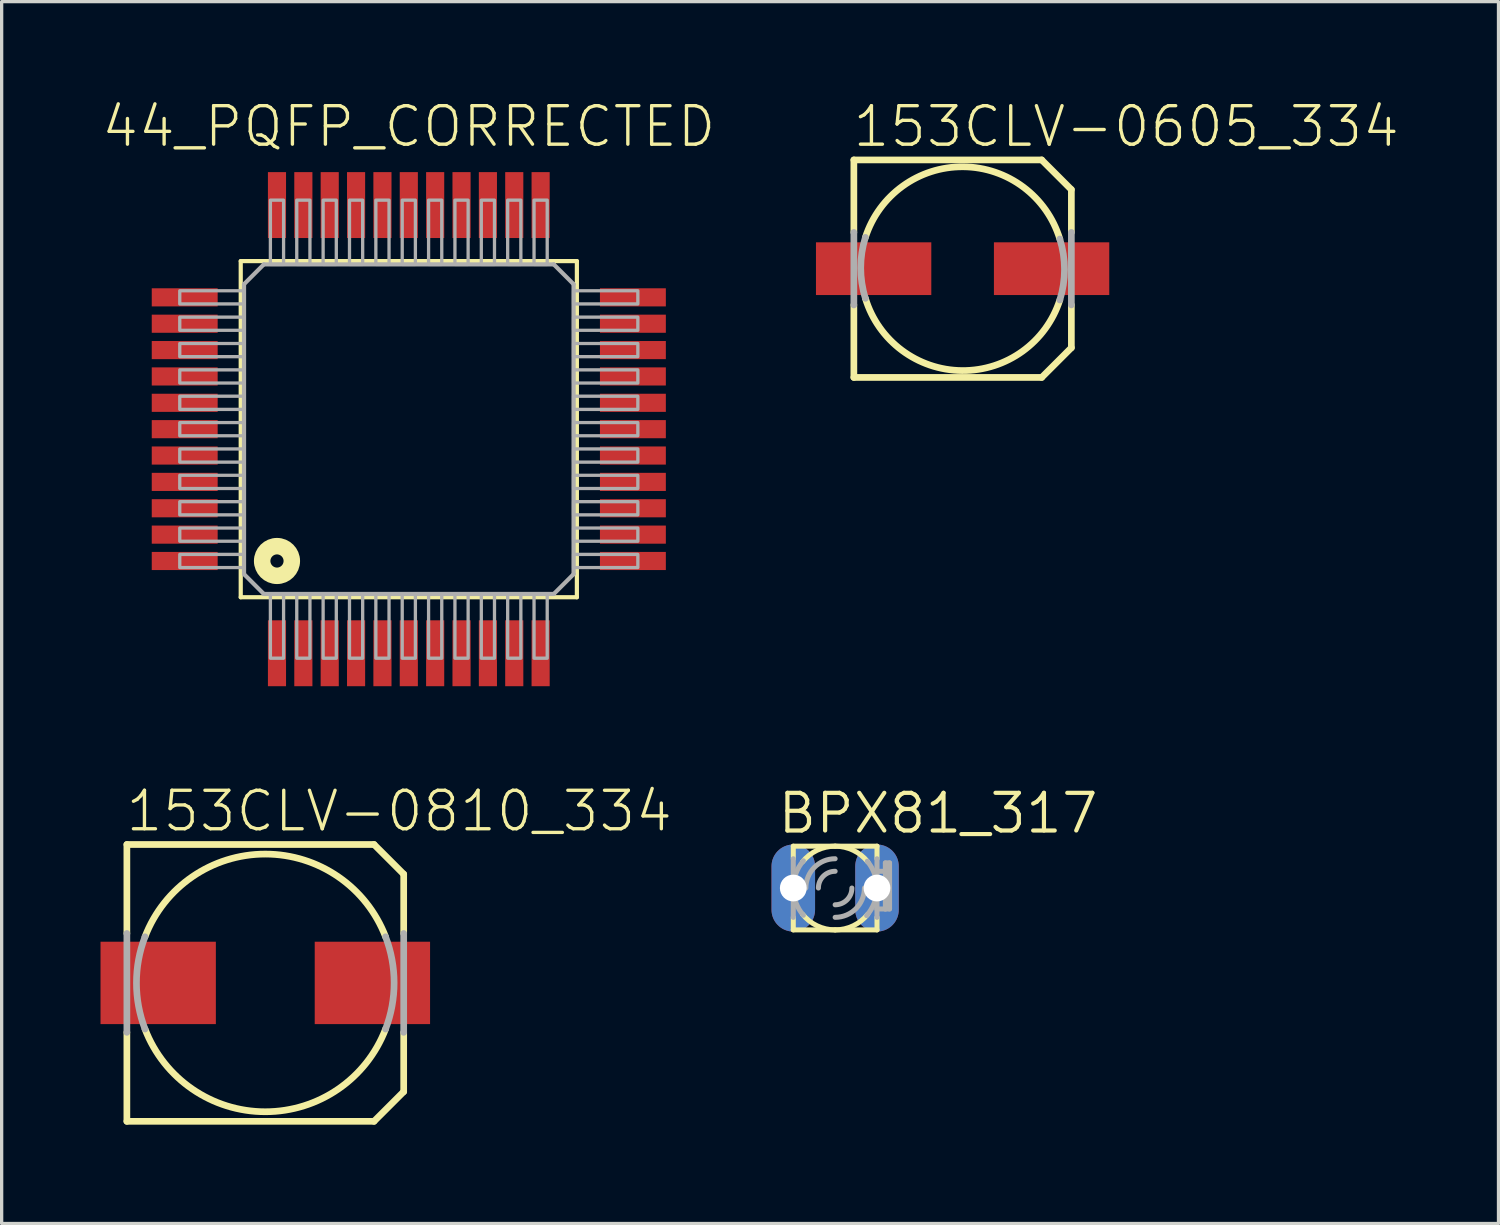
<source format=kicad_pcb>
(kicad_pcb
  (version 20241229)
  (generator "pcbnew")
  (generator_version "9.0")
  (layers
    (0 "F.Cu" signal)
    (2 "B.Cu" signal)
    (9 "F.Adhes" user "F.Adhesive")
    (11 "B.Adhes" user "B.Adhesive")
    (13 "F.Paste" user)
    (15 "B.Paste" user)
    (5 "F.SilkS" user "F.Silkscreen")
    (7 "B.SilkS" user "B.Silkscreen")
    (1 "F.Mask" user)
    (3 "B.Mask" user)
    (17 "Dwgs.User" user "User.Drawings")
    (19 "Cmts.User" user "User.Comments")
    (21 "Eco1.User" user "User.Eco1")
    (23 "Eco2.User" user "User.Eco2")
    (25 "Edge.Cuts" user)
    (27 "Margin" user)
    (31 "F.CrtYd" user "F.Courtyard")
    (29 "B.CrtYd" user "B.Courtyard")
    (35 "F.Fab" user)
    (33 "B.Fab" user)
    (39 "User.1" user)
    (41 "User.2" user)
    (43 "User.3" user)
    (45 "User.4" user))
  (footprint "44_PQFP_CORRECTED"
    (layer "F.Cu")
    (at 9.355 9.973)
    (property "Reference" "44_PQFP_CORRECTED" (at 0 -8.5 0) (unlocked yes) (layer "F.SilkS") (effects (font (size 1.168 1.168) (thickness 0.102)) (justify bottom)))
    (fp_line (start -5.1 -5.1) (end 5.1 -5.1) (stroke (width 0.127) (type solid)) (layer "F.SilkS"))
    (fp_line (start -5.1 5.1) (end -5.1 -5.1) (stroke (width 0.127) (type solid)) (layer "F.SilkS"))
    (fp_line (start 5.1 -5.1) (end 5.1 5.1) (stroke (width 0.127) (type solid)) (layer "F.SilkS"))
    (fp_line (start 5.1 5.1) (end -5.1 5.1) (stroke (width 0.127) (type solid)) (layer "F.SilkS"))
    (fp_circle (center -4 4) (end -3.8 4) (stroke (width 0.5) (type solid)) (fill no) (layer "F.SilkS"))
    (fp_line (start -5 -4.4) (end -5 4.4) (stroke (width 0.127) (type solid)) (layer "F.Fab"))
    (fp_line (start -5 -4.4) (end -4.4 -5) (stroke (width 0.127) (type solid)) (layer "F.Fab"))
    (fp_line (start -5 4.4) (end -4.4 5) (stroke (width 0.127) (type solid)) (layer "F.Fab"))
    (fp_line (start -4.4 5) (end 4.4 5) (stroke (width 0.127) (type solid)) (layer "F.Fab"))
    (fp_line (start 4.4 -5) (end -4.4 -5) (stroke (width 0.127) (type solid)) (layer "F.Fab"))
    (fp_line (start 4.4 -5) (end 5 -4.4) (stroke (width 0.127) (type solid)) (layer "F.Fab"))
    (fp_line (start 4.4 5) (end 5 4.4) (stroke (width 0.127) (type solid)) (layer "F.Fab"))
    (fp_line (start 5 4.4) (end 5 -4.4) (stroke (width 0.127) (type solid)) (layer "F.Fab"))
    (fp_poly (pts (xy -6.95 -3.8) (xy -5 -3.8) (xy -5 -4.2) (xy -6.95 -4.2)) (stroke (width 0.1) (type default)) (fill no) (layer "F.Fab"))
    (fp_poly (pts (xy -6.95 -3) (xy -5 -3) (xy -5 -3.4) (xy -6.95 -3.4)) (stroke (width 0.1) (type default)) (fill no) (layer "F.Fab"))
    (fp_poly (pts (xy -6.95 -2.2) (xy -5 -2.2) (xy -5 -2.6) (xy -6.95 -2.6)) (stroke (width 0.1) (type default)) (fill no) (layer "F.Fab"))
    (fp_poly (pts (xy -6.95 -1.4) (xy -5 -1.4) (xy -5 -1.8) (xy -6.95 -1.8)) (stroke (width 0.1) (type default)) (fill no) (layer "F.Fab"))
    (fp_poly (pts (xy -6.95 -0.6) (xy -5 -0.6) (xy -5 -1) (xy -6.95 -1)) (stroke (width 0.1) (type default)) (fill no) (layer "F.Fab"))
    (fp_poly (pts (xy -6.95 0.2) (xy -5 0.2) (xy -5 -0.2) (xy -6.95 -0.2)) (stroke (width 0.1) (type default)) (fill no) (layer "F.Fab"))
    (fp_poly (pts (xy -6.95 1) (xy -5 1) (xy -5 0.6) (xy -6.95 0.6)) (stroke (width 0.1) (type default)) (fill no) (layer "F.Fab"))
    (fp_poly (pts (xy -6.95 1.8) (xy -5 1.8) (xy -5 1.4) (xy -6.95 1.4)) (stroke (width 0.1) (type default)) (fill no) (layer "F.Fab"))
    (fp_poly (pts (xy -6.95 2.6) (xy -5 2.6) (xy -5 2.2) (xy -6.95 2.2)) (stroke (width 0.1) (type default)) (fill no) (layer "F.Fab"))
    (fp_poly (pts (xy -6.95 3.4) (xy -5 3.4) (xy -5 3) (xy -6.95 3)) (stroke (width 0.1) (type default)) (fill no) (layer "F.Fab"))
    (fp_poly (pts (xy -6.95 4.2) (xy -5 4.2) (xy -5 3.8) (xy -6.95 3.8)) (stroke (width 0.1) (type default)) (fill no) (layer "F.Fab"))
    (fp_poly (pts (xy -4.2 -5) (xy -3.8 -5) (xy -3.8 -6.95) (xy -4.2 -6.95)) (stroke (width 0.1) (type default)) (fill no) (layer "F.Fab"))
    (fp_poly (pts (xy -4.2 6.95) (xy -3.8 6.95) (xy -3.8 5) (xy -4.2 5)) (stroke (width 0.1) (type default)) (fill no) (layer "F.Fab"))
    (fp_poly (pts (xy -3.4 -5) (xy -3 -5) (xy -3 -6.95) (xy -3.4 -6.95)) (stroke (width 0.1) (type default)) (fill no) (layer "F.Fab"))
    (fp_poly (pts (xy -3.4 6.95) (xy -3 6.95) (xy -3 5) (xy -3.4 5)) (stroke (width 0.1) (type default)) (fill no) (layer "F.Fab"))
    (fp_poly (pts (xy -2.6 -5) (xy -2.2 -5) (xy -2.2 -6.95) (xy -2.6 -6.95)) (stroke (width 0.1) (type default)) (fill no) (layer "F.Fab"))
    (fp_poly (pts (xy -2.6 6.95) (xy -2.2 6.95) (xy -2.2 5) (xy -2.6 5)) (stroke (width 0.1) (type default)) (fill no) (layer "F.Fab"))
    (fp_poly (pts (xy -1.8 -5) (xy -1.4 -5) (xy -1.4 -6.95) (xy -1.8 -6.95)) (stroke (width 0.1) (type default)) (fill no) (layer "F.Fab"))
    (fp_poly (pts (xy -1.8 6.95) (xy -1.4 6.95) (xy -1.4 5) (xy -1.8 5)) (stroke (width 0.1) (type default)) (fill no) (layer "F.Fab"))
    (fp_poly (pts (xy -1 -5) (xy -0.6 -5) (xy -0.6 -6.95) (xy -1 -6.95)) (stroke (width 0.1) (type default)) (fill no) (layer "F.Fab"))
    (fp_poly (pts (xy -1 6.95) (xy -0.6 6.95) (xy -0.6 5) (xy -1 5)) (stroke (width 0.1) (type default)) (fill no) (layer "F.Fab"))
    (fp_poly (pts (xy -0.2 -5) (xy 0.2 -5) (xy 0.2 -6.95) (xy -0.2 -6.95)) (stroke (width 0.1) (type default)) (fill no) (layer "F.Fab"))
    (fp_poly (pts (xy -0.2 6.95) (xy 0.2 6.95) (xy 0.2 5) (xy -0.2 5)) (stroke (width 0.1) (type default)) (fill no) (layer "F.Fab"))
    (fp_poly (pts (xy 0.6 -5) (xy 1 -5) (xy 1 -6.95) (xy 0.6 -6.95)) (stroke (width 0.1) (type default)) (fill no) (layer "F.Fab"))
    (fp_poly (pts (xy 0.6 6.95) (xy 1 6.95) (xy 1 5) (xy 0.6 5)) (stroke (width 0.1) (type default)) (fill no) (layer "F.Fab"))
    (fp_poly (pts (xy 1.4 -5) (xy 1.8 -5) (xy 1.8 -6.95) (xy 1.4 -6.95)) (stroke (width 0.1) (type default)) (fill no) (layer "F.Fab"))
    (fp_poly (pts (xy 1.4 6.95) (xy 1.8 6.95) (xy 1.8 5) (xy 1.4 5)) (stroke (width 0.1) (type default)) (fill no) (layer "F.Fab"))
    (fp_poly (pts (xy 2.2 -5) (xy 2.6 -5) (xy 2.6 -6.95) (xy 2.2 -6.95)) (stroke (width 0.1) (type default)) (fill no) (layer "F.Fab"))
    (fp_poly (pts (xy 2.2 6.95) (xy 2.6 6.95) (xy 2.6 5) (xy 2.2 5)) (stroke (width 0.1) (type default)) (fill no) (layer "F.Fab"))
    (fp_poly (pts (xy 3 -5) (xy 3.4 -5) (xy 3.4 -6.95) (xy 3 -6.95)) (stroke (width 0.1) (type default)) (fill no) (layer "F.Fab"))
    (fp_poly (pts (xy 3 6.95) (xy 3.4 6.95) (xy 3.4 5) (xy 3 5)) (stroke (width 0.1) (type default)) (fill no) (layer "F.Fab"))
    (fp_poly (pts (xy 3.8 -5) (xy 4.2 -5) (xy 4.2 -6.95) (xy 3.8 -6.95)) (stroke (width 0.1) (type default)) (fill no) (layer "F.Fab"))
    (fp_poly (pts (xy 3.8 6.95) (xy 4.2 6.95) (xy 4.2 5) (xy 3.8 5)) (stroke (width 0.1) (type default)) (fill no) (layer "F.Fab"))
    (fp_poly (pts (xy 5 -3.8) (xy 6.95 -3.8) (xy 6.95 -4.2) (xy 5 -4.2)) (stroke (width 0.1) (type default)) (fill no) (layer "F.Fab"))
    (fp_poly (pts (xy 5 -3) (xy 6.95 -3) (xy 6.95 -3.4) (xy 5 -3.4)) (stroke (width 0.1) (type default)) (fill no) (layer "F.Fab"))
    (fp_poly (pts (xy 5 -2.2) (xy 6.95 -2.2) (xy 6.95 -2.6) (xy 5 -2.6)) (stroke (width 0.1) (type default)) (fill no) (layer "F.Fab"))
    (fp_poly (pts (xy 5 -1.4) (xy 6.95 -1.4) (xy 6.95 -1.8) (xy 5 -1.8)) (stroke (width 0.1) (type default)) (fill no) (layer "F.Fab"))
    (fp_poly (pts (xy 5 -0.6) (xy 6.95 -0.6) (xy 6.95 -1) (xy 5 -1)) (stroke (width 0.1) (type default)) (fill no) (layer "F.Fab"))
    (fp_poly (pts (xy 5 0.2) (xy 6.95 0.2) (xy 6.95 -0.2) (xy 5 -0.2)) (stroke (width 0.1) (type default)) (fill no) (layer "F.Fab"))
    (fp_poly (pts (xy 5 1) (xy 6.95 1) (xy 6.95 0.6) (xy 5 0.6)) (stroke (width 0.1) (type default)) (fill no) (layer "F.Fab"))
    (fp_poly (pts (xy 5 1.8) (xy 6.95 1.8) (xy 6.95 1.4) (xy 5 1.4)) (stroke (width 0.1) (type default)) (fill no) (layer "F.Fab"))
    (fp_poly (pts (xy 5 2.6) (xy 6.95 2.6) (xy 6.95 2.2) (xy 5 2.2)) (stroke (width 0.1) (type default)) (fill no) (layer "F.Fab"))
    (fp_poly (pts (xy 5 3.4) (xy 6.95 3.4) (xy 6.95 3) (xy 5 3)) (stroke (width 0.1) (type default)) (fill no) (layer "F.Fab"))
    (fp_poly (pts (xy 5 4.2) (xy 6.95 4.2) (xy 6.95 3.8) (xy 5 3.8)) (stroke (width 0.1) (type default)) (fill no) (layer "F.Fab"))
    (pad "BL" smd rect (at -4 -6.8) (size 0.55 2) (layers "F.Cu" "F.Mask" "F.Paste"))
    (pad "CLK" smd rect (at 0 -6.8) (size 0.55 2) (layers "F.Cu" "F.Mask" "F.Paste"))
    (pad "DIN" smd rect (at -3.2 -6.8) (size 0.55 2) (layers "F.Cu" "F.Mask" "F.Paste"))
    (pad "DOUT" smd rect (at 4 -6.8) (size 0.55 2) (layers "F.Cu" "F.Mask" "F.Paste"))
    (pad "HV1" smd rect (at -6.8 -3.2) (size 2 0.55) (layers "F.Cu" "F.Mask" "F.Paste"))
    (pad "HV2" smd rect (at -6.8 -2.4) (size 2 0.55) (layers "F.Cu" "F.Mask" "F.Paste"))
    (pad "HV3" smd rect (at -6.8 -1.6) (size 2 0.55) (layers "F.Cu" "F.Mask" "F.Paste"))
    (pad "HV4" smd rect (at -6.8 -0.8) (size 2 0.55) (layers "F.Cu" "F.Mask" "F.Paste"))
    (pad "HV5" smd rect (at -6.8 0) (size 2 0.55) (layers "F.Cu" "F.Mask" "F.Paste"))
    (pad "HV6" smd rect (at -6.8 0.8) (size 2 0.55) (layers "F.Cu" "F.Mask" "F.Paste"))
    (pad "HV7" smd rect (at -6.8 1.6) (size 2 0.55) (layers "F.Cu" "F.Mask" "F.Paste"))
    (pad "HV8" smd rect (at -6.8 2.4) (size 2 0.55) (layers "F.Cu" "F.Mask" "F.Paste"))
    (pad "HV9" smd rect (at -6.8 3.2) (size 2 0.55) (layers "F.Cu" "F.Mask" "F.Paste"))
    (pad "HV10" smd rect (at -6.8 4) (size 2 0.55) (layers "F.Cu" "F.Mask" "F.Paste"))
    (pad "HV11" smd rect (at -4 6.8) (size 0.55 2) (layers "F.Cu" "F.Mask" "F.Paste"))
    (pad "HV12" smd rect (at -3.2 6.8) (size 0.55 2) (layers "F.Cu" "F.Mask" "F.Paste"))
    (pad "HV13" smd rect (at -2.4 6.8) (size 0.55 2) (layers "F.Cu" "F.Mask" "F.Paste"))
    (pad "HV14" smd rect (at -1.6 6.8) (size 0.55 2) (layers "F.Cu" "F.Mask" "F.Paste"))
    (pad "HV15" smd rect (at -0.8 6.8) (size 0.55 2) (layers "F.Cu" "F.Mask" "F.Paste"))
    (pad "HV16" smd rect (at 0 6.8) (size 0.55 2) (layers "F.Cu" "F.Mask" "F.Paste"))
    (pad "HV17" smd rect (at 0.8 6.8) (size 0.55 2) (layers "F.Cu" "F.Mask" "F.Paste"))
    (pad "HV18" smd rect (at 1.6 6.8) (size 0.55 2) (layers "F.Cu" "F.Mask" "F.Paste"))
    (pad "HV19" smd rect (at 2.4 6.8) (size 0.55 2) (layers "F.Cu" "F.Mask" "F.Paste"))
    (pad "HV20" smd rect (at 3.2 6.8) (size 0.55 2) (layers "F.Cu" "F.Mask" "F.Paste"))
    (pad "HV21" smd rect (at 4 6.8) (size 0.55 2) (layers "F.Cu" "F.Mask" "F.Paste"))
    (pad "HV22" smd rect (at 6.8 4) (size 2 0.55) (layers "F.Cu" "F.Mask" "F.Paste"))
    (pad "HV23" smd rect (at 6.8 3.2) (size 2 0.55) (layers "F.Cu" "F.Mask" "F.Paste"))
    (pad "HV24" smd rect (at 6.8 2.4) (size 2 0.55) (layers "F.Cu" "F.Mask" "F.Paste"))
    (pad "HV25" smd rect (at 6.8 1.6) (size 2 0.55) (layers "F.Cu" "F.Mask" "F.Paste"))
    (pad "HV26" smd rect (at 6.8 0.8) (size 2 0.55) (layers "F.Cu" "F.Mask" "F.Paste"))
    (pad "HV27" smd rect (at 6.8 0) (size 2 0.55) (layers "F.Cu" "F.Mask" "F.Paste"))
    (pad "HV28" smd rect (at 6.8 -0.8) (size 2 0.55) (layers "F.Cu" "F.Mask" "F.Paste"))
    (pad "HV29" smd rect (at 6.8 -1.6) (size 2 0.55) (layers "F.Cu" "F.Mask" "F.Paste"))
    (pad "HV30" smd rect (at 6.8 -2.4) (size 2 0.55) (layers "F.Cu" "F.Mask" "F.Paste"))
    (pad "HV31" smd rect (at 6.8 -3.2) (size 2 0.55) (layers "F.Cu" "F.Mask" "F.Paste"))
    (pad "HV32" smd rect (at 6.8 -4) (size 2 0.55) (layers "F.Cu" "F.Mask" "F.Paste"))
    (pad "LE" smd rect (at -2.4 -6.8) (size 0.55 2) (layers "F.Cu" "F.Mask" "F.Paste"))
    (pad "NC@1" smd rect (at 3.2 -6.8) (size 0.55 2) (layers "F.Cu" "F.Mask" "F.Paste"))
    (pad "NC@2" smd rect (at 2.4 -6.8) (size 0.55 2) (layers "F.Cu" "F.Mask" "F.Paste"))
    (pad "NC@3" smd rect (at 1.6 -6.8) (size 0.55 2) (layers "F.Cu" "F.Mask" "F.Paste"))
    (pad "NC@4" smd rect (at -6.8 -4) (size 2 0.55) (layers "F.Cu" "F.Mask" "F.Paste"))
    (pad "POL" smd rect (at 0.8 -6.8) (size 0.55 2) (layers "F.Cu" "F.Mask" "F.Paste"))
    (pad "VDD" smd rect (at -1.6 -6.8) (size 0.55 2) (layers "F.Cu" "F.Mask" "F.Paste"))
    (pad "VSS" smd rect (at -0.8 -6.8) (size 0.55 2) (layers "F.Cu" "F.Mask" "F.Paste")))
  (footprint "BPX81_317"
    (layer "F.Cu")
    (at 22.292 23.897)
    (property "Reference" "BPX81_317" (at -1.803 -1.6 0) (unlocked yes) (layer "F.SilkS") (effects (font (size 1.143 1.143) (thickness 0.127)) (justify left bottom)))
    (fp_line (start -1.27 -1.27) (end -1.27 -0.889) (stroke (width 0.152) (type solid)) (layer "F.SilkS"))
    (fp_line (start -1.27 1.27) (end -1.27 0.889) (stroke (width 0.152) (type solid)) (layer "F.SilkS"))
    (fp_line (start -1.27 1.27) (end 1.27 1.27) (stroke (width 0.152) (type solid)) (layer "F.SilkS"))
    (fp_line (start 1.27 -1.27) (end -1.27 -1.27) (stroke (width 0.152) (type solid)) (layer "F.SilkS"))
    (fp_line (start 1.27 -1.27) (end 1.27 -0.889) (stroke (width 0.152) (type solid)) (layer "F.SilkS"))
    (fp_line (start 1.27 1.27) (end 1.27 0.889) (stroke (width 0.152) (type solid)) (layer "F.SilkS"))
    (fp_arc (start -0.9917 -0.7934) (mid -0.550143 -1.144671) (end 0 -1.27) (stroke (width 0.1524) (type solid)) (layer "F.SilkS"))
    (fp_arc (start 0 -1.27) (mid 0.550143 -1.144671) (end 0.9917 -0.7934) (stroke (width 0.1524) (type solid)) (layer "F.SilkS"))
    (fp_arc (start 0 1.27) (mid -0.550143 1.144671) (end -0.9917 0.7934) (stroke (width 0.1524) (type solid)) (layer "F.SilkS"))
    (fp_arc (start 0.9917 0.7934) (mid 0.550143 1.144671) (end 0 1.27) (stroke (width 0.1524) (type solid)) (layer "F.SilkS"))
    (fp_line (start -1.27 0.889) (end -1.27 -0.889) (stroke (width 0.152) (type solid)) (layer "F.Fab"))
    (fp_line (start 1.27 -0.889) (end 1.27 -0.508) (stroke (width 0.152) (type solid)) (layer "F.Fab"))
    (fp_line (start 1.27 -0.508) (end 1.27 0.635) (stroke (width 0.152) (type solid)) (layer "F.Fab"))
    (fp_line (start 1.27 0.635) (end 1.27 0.889) (stroke (width 0.152) (type solid)) (layer "F.Fab"))
    (fp_line (start 1.27 0.635) (end 1.524 0.635) (stroke (width 0.152) (type solid)) (layer "F.Fab"))
    (fp_line (start 1.524 -0.762) (end 1.524 -0.508) (stroke (width 0.152) (type solid)) (layer "F.Fab"))
    (fp_line (start 1.524 -0.508) (end 1.27 -0.508) (stroke (width 0.152) (type solid)) (layer "F.Fab"))
    (fp_line (start 1.524 -0.508) (end 1.524 0.635) (stroke (width 0.152) (type solid)) (layer "F.Fab"))
    (fp_line (start 1.524 0.635) (end 1.651 0.635) (stroke (width 0.152) (type solid)) (layer "F.Fab"))
    (fp_line (start 1.651 -0.762) (end 1.524 -0.762) (stroke (width 0.152) (type solid)) (layer "F.Fab"))
    (fp_line (start 1.651 0.635) (end 1.651 -0.762) (stroke (width 0.152) (type solid)) (layer "F.Fab"))
    (fp_arc (start -1.27 0) (mid -1.191134 -0.440615) (end -0.9643 -0.8265) (stroke (width 0.1524) (type solid)) (layer "F.Fab"))
    (fp_arc (start -0.9643 0.8265) (mid -1.191134 0.440615) (end -1.27 0) (stroke (width 0.1524) (type solid)) (layer "F.Fab"))
    (fp_arc (start -0.889 0) (mid -0.628618 -0.628618) (end 0 -0.889) (stroke (width 0.1524) (type solid)) (layer "F.Fab"))
    (fp_arc (start -0.508 0) (mid -0.35921 -0.35921) (end 0 -0.508) (stroke (width 0.1524) (type solid)) (layer "F.Fab"))
    (fp_arc (start 0.508 0) (mid 0.35921 0.35921) (end 0 0.508) (stroke (width 0.1524) (type solid)) (layer "F.Fab"))
    (fp_arc (start 0.889 0) (mid 0.628618 0.628618) (end 0 0.889) (stroke (width 0.1524) (type solid)) (layer "F.Fab"))
    (fp_arc (start 0.9756 -0.813) (mid 1.194073 -0.432318) (end 1.269901 0) (stroke (width 0.1524) (type solid)) (layer "F.Fab"))
    (fp_arc (start 1.27 0) (mid 1.188863 0.446689) (end 0.9558 0.8363) (stroke (width 0.1524) (type solid)) (layer "F.Fab"))
    (pad "C" thru_hole oval (at 1.27 0 90) (size 2.642 1.321) (drill 0.813) (layers "*.Cu" "*.Mask"))
    (pad "E" thru_hole oval (at -1.27 0 90) (size 2.642 1.321) (drill 0.813) (layers "*.Cu" "*.Mask")))
  (footprint "153CLV-0605_334"
    (layer "F.Cu")
    (at 26.16 5.103)
    (property "Reference" "153CLV-0605_334" (at -3.39 -3.63 0) (unlocked yes) (layer "F.SilkS") (effects (font (size 1.168 1.168) (thickness 0.102)) (justify left bottom)))
    (fp_line (start -3.3 -3.3) (end 2.4 -3.3) (stroke (width 0.203) (type solid)) (layer "F.SilkS"))
    (fp_line (start -3.3 -1.1) (end -3.3 -3.3) (stroke (width 0.203) (type solid)) (layer "F.SilkS"))
    (fp_line (start -3.3 3.3) (end -3.3 1.1) (stroke (width 0.203) (type solid)) (layer "F.SilkS"))
    (fp_line (start 2.4 -3.3) (end 3.3 -2.4) (stroke (width 0.203) (type solid)) (layer "F.SilkS"))
    (fp_line (start 2.4 3.3) (end -3.3 3.3) (stroke (width 0.203) (type solid)) (layer "F.SilkS"))
    (fp_line (start 3.3 -2.4) (end 3.3 -1.1) (stroke (width 0.203) (type solid)) (layer "F.SilkS"))
    (fp_line (start 3.3 1.1) (end 3.3 2.4) (stroke (width 0.203) (type solid)) (layer "F.SilkS"))
    (fp_line (start 3.3 2.4) (end 2.4 3.3) (stroke (width 0.203) (type solid)) (layer "F.SilkS"))
    (fp_arc (start -2.95 -0.95) (mid 0.018362 -3.091623) (end 2.950002 -0.900001) (stroke (width 0.2032) (type solid)) (layer "F.SilkS"))
    (fp_arc (start 2.949998 0.949999) (mid -0.018362 3.09162) (end -2.95 0.9) (stroke (width 0.2032) (type solid)) (layer "F.SilkS"))
    (fp_line (start -3.3 1.1) (end -3.3 -1.1) (stroke (width 0.203) (type solid)) (layer "F.Fab"))
    (fp_line (start 3.3 -1.1) (end 3.3 1.1) (stroke (width 0.203) (type solid)) (layer "F.Fab"))
    (fp_arc (start -2.95 0.9) (mid -3.091622 -0.025) (end -2.95 -0.95) (stroke (width 0.2032) (type solid)) (layer "F.Fab"))
    (fp_arc (start 2.95 -0.9) (mid 3.091622 0.025) (end 2.95 0.95) (stroke (width 0.2032) (type solid)) (layer "F.Fab"))
    (pad "+" smd rect (at 2.7 0) (size 3.5 1.6) (layers "F.Cu" "F.Mask" "F.Paste"))
    (pad "-" smd rect (at -2.7 0) (size 3.5 1.6) (layers "F.Cu" "F.Mask" "F.Paste")))
  (footprint "153CLV-0810_334"
    (layer "F.Cu")
    (at 5 26.776)
    (property "Reference" "153CLV-0810_334" (at -4.29 -4.53 0) (unlocked yes) (layer "F.SilkS") (effects (font (size 1.168 1.168) (thickness 0.102)) (justify left bottom)))
    (fp_line (start -4.2 -4.2) (end 3.3 -4.2) (stroke (width 0.203) (type solid)) (layer "F.SilkS"))
    (fp_line (start -4.2 -1.5) (end -4.2 -4.2) (stroke (width 0.203) (type solid)) (layer "F.SilkS"))
    (fp_line (start -4.2 4.2) (end -4.2 1.5) (stroke (width 0.203) (type solid)) (layer "F.SilkS"))
    (fp_line (start 3.3 -4.2) (end 4.2 -3.3) (stroke (width 0.203) (type solid)) (layer "F.SilkS"))
    (fp_line (start 3.3 4.2) (end -4.2 4.2) (stroke (width 0.203) (type solid)) (layer "F.SilkS"))
    (fp_line (start 4.2 -3.3) (end 4.2 -1.5) (stroke (width 0.203) (type solid)) (layer "F.SilkS"))
    (fp_line (start 4.2 1.5) (end 4.2 3.3) (stroke (width 0.203) (type solid)) (layer "F.SilkS"))
    (fp_line (start 4.2 3.3) (end 3.3 4.2) (stroke (width 0.203) (type solid)) (layer "F.SilkS"))
    (fp_arc (start -3.65 -1.4) (mid 0 -3.909284) (end 3.65 -1.4) (stroke (width 0.2032) (type solid)) (layer "F.SilkS"))
    (fp_arc (start 3.65 1.4) (mid 0 3.909284) (end -3.65 1.4) (stroke (width 0.2032) (type solid)) (layer "F.SilkS"))
    (fp_line (start -4.2 1.5) (end -4.2 -1.5) (stroke (width 0.203) (type solid)) (layer "F.Fab"))
    (fp_line (start 4.2 -1.5) (end 4.2 1.5) (stroke (width 0.203) (type solid)) (layer "F.Fab"))
    (fp_arc (start -3.65 1.4) (mid -3.909284 0) (end -3.65 -1.4) (stroke (width 0.2032) (type solid)) (layer "F.Fab"))
    (fp_arc (start 3.65 -1.4) (mid 3.909284 0) (end 3.65 1.4) (stroke (width 0.2032) (type solid)) (layer "F.Fab"))
    (pad "+" smd rect (at 3.25 0) (size 3.5 2.5) (layers "F.Cu" "F.Mask" "F.Paste"))
    (pad "-" smd rect (at -3.25 0) (size 3.5 2.5) (layers "F.Cu" "F.Mask" "F.Paste")))
  (gr_rect
    (start -3 -3)
    (end 42.421 34.078)
    (stroke (width 0.1) (type default))
    (fill no)
    (layer "Edge.Cuts")))
</source>
